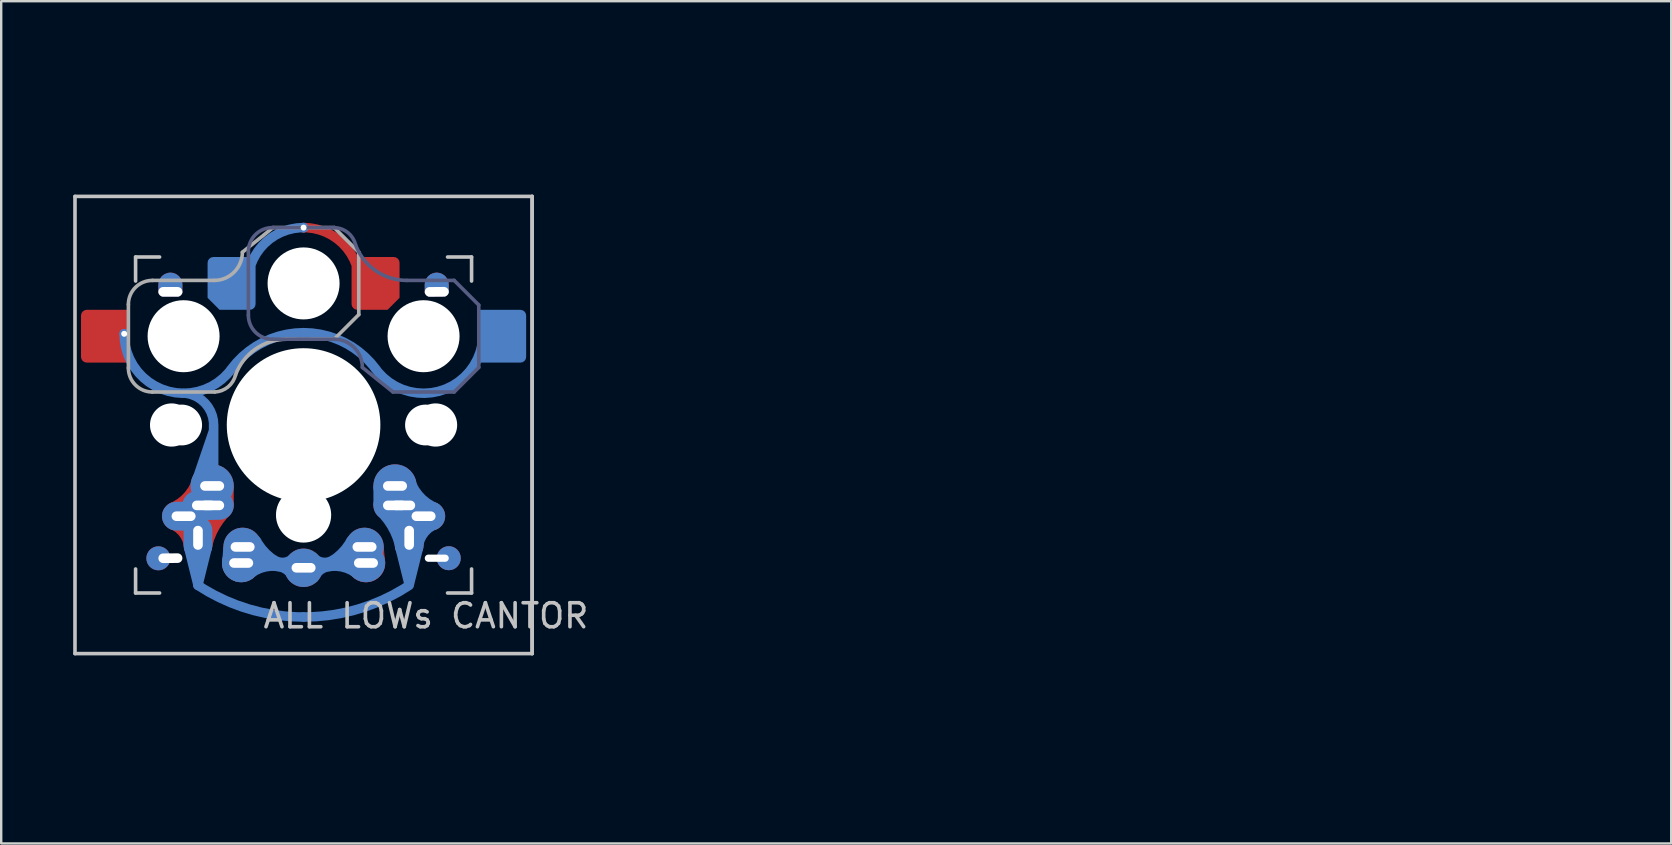
<source format=kicad_pcb>
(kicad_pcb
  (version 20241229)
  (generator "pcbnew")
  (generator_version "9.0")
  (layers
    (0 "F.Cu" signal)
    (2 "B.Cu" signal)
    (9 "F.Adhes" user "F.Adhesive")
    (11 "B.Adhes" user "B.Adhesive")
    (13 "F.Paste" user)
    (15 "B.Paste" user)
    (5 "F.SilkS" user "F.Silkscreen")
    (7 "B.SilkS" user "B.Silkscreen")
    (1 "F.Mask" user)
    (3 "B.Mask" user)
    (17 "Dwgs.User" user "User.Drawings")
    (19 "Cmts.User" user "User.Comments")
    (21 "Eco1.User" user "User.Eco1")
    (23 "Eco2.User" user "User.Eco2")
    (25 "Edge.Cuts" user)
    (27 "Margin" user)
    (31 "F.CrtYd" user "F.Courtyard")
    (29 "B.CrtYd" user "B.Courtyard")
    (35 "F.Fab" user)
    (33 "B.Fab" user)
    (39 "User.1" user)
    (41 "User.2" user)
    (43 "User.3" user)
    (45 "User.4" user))
  (footprint "ALL LOWs CANTOR"
    (layer "F.Cu")
    (at 9.6 14.66)
    (property "Reference" "ALL LOWs CANTOR" (at 5.1 7.95 180) (layer "Dwgs.User") (effects (font (size 1 1) (thickness 0.15))))
    (attr through_hole)
    (fp_line (start -4.015 5.105) (end -4.405 6.675) (stroke (width 0.4) (type solid)) (layer "B.Cu"))
    (fp_line (start -9.525 -9.525) (end 9.525 -9.525) (stroke (width 0.15) (type solid)) (layer "Dwgs.User"))
    (fp_line (start -9.525 9.525) (end -9.525 -9.525) (stroke (width 0.15) (type solid)) (layer "Dwgs.User"))
    (fp_line (start -7 -7) (end -6 -7) (stroke (width 0.15) (type solid)) (layer "Dwgs.User"))
    (fp_line (start -7 -6) (end -7 -7) (stroke (width 0.15) (type solid)) (layer "Dwgs.User"))
    (fp_line (start -7 7) (end -7 6) (stroke (width 0.15) (type solid)) (layer "Dwgs.User"))
    (fp_line (start -6 7) (end -7 7) (stroke (width 0.15) (type solid)) (layer "Dwgs.User"))
    (fp_line (start 6 7) (end 7 7) (stroke (width 0.15) (type solid)) (layer "Dwgs.User"))
    (fp_line (start 7 -7) (end 6 -7) (stroke (width 0.15) (type solid)) (layer "Dwgs.User"))
    (fp_line (start 7 -6) (end 7 -7) (stroke (width 0.15) (type solid)) (layer "Dwgs.User"))
    (fp_line (start 7 7) (end 7 6) (stroke (width 0.15) (type solid)) (layer "Dwgs.User"))
    (fp_line (start 9.525 -9.525) (end 9.525 9.525) (stroke (width 0.15) (type solid)) (layer "Dwgs.User"))
    (fp_line (start 9.525 -9.525) (end 9.525 9.525) (stroke (width 0.15) (type solid)) (layer "Dwgs.User"))
    (fp_line (start 9.525 9.525) (end -9.525 9.525) (stroke (width 0.15) (type solid)) (layer "Dwgs.User"))
    (fp_line (start -2.3 -4.575) (end -2.3 -7.225) (stroke (width 0.15) (type solid)) (layer "B.Fab"))
    (fp_line (start -1.3 -8.225) (end 1.3 -8.225) (stroke (width 0.15) (type solid)) (layer "B.Fab"))
    (fp_line (start -1.3 -3.575) (end 1.275 -3.575) (stroke (width 0.15) (type solid)) (layer "B.Fab"))
    (fp_line (start 3.725 -1.375) (end 2.45 -2.4) (stroke (width 0.15) (type solid)) (layer "B.Fab"))
    (fp_line (start 3.725 -1.375) (end 6.275 -1.375) (stroke (width 0.15) (type solid)) (layer "B.Fab"))
    (fp_line (start 4.3 -6.025) (end 6.275 -6.025) (stroke (width 0.15) (type solid)) (layer "B.Fab"))
    (fp_line (start 7.3 -5) (end 6.275 -6.025) (stroke (width 0.15) (type solid)) (layer "B.Fab"))
    (fp_line (start 7.3 -2.4) (end 6.275 -1.375) (stroke (width 0.15) (type solid)) (layer "B.Fab"))
    (fp_line (start 7.3 -2.4) (end 7.3 -5) (stroke (width 0.15) (type solid)) (layer "B.Fab"))
    (fp_arc (start -2.3 -7.225) (mid -2.007107 -7.932107) (end -1.3 -8.225) (stroke (width 0.15) (type solid)) (layer "B.Fab"))
    (fp_arc (start -1.3 -3.575) (mid -2.007107 -3.867893) (end -2.3 -4.575) (stroke (width 0.15) (type solid)) (layer "B.Fab"))
    (fp_arc (start 1.275 -3.575) (mid 2.10585 -3.23085) (end 2.45 -2.4) (stroke (width 0.15) (type solid)) (layer "B.Fab"))
    (fp_arc (start 1.300995 -8.223791) (mid 1.848286 -8.016021) (end 2.162199 -7.521904) (stroke (width 0.15) (type solid)) (layer "B.Fab"))
    (fp_arc (start 4.3 -6.025) (mid 2.995114 -6.436429) (end 2.162199 -7.521904) (stroke (width 0.15) (type solid)) (layer "B.Fab"))
    (fp_line (start -7.3 -5.025) (end -7.3 -2.375) (stroke (width 0.15) (type solid)) (layer "F.Fab"))
    (fp_line (start -6.3 -6.025) (end -3.725 -6.025) (stroke (width 0.15) (type solid)) (layer "F.Fab"))
    (fp_line (start -6.3 -1.375) (end -3.7 -1.375) (stroke (width 0.15) (type solid)) (layer "F.Fab"))
    (fp_line (start -1.275 -8.225) (end -2.55 -7.2) (stroke (width 0.15) (type solid)) (layer "F.Fab"))
    (fp_line (start -1.275 -8.225) (end 1.275 -8.225) (stroke (width 0.15) (type solid)) (layer "F.Fab"))
    (fp_line (start -0.7 -3.575) (end 1.275 -3.575) (stroke (width 0.15) (type solid)) (layer "F.Fab"))
    (fp_line (start 2.3 -7.2) (end 1.275 -8.225) (stroke (width 0.15) (type solid)) (layer "F.Fab"))
    (fp_line (start 2.3 -7.2) (end 2.3 -4.6) (stroke (width 0.15) (type solid)) (layer "F.Fab"))
    (fp_line (start 2.3 -4.6) (end 1.275 -3.575) (stroke (width 0.15) (type solid)) (layer "F.Fab"))
    (fp_arc (start -7.3 -5.025) (mid -7.007107 -5.732107) (end -6.3 -6.025) (stroke (width 0.15) (type solid)) (layer "F.Fab"))
    (fp_arc (start -6.3 -1.375) (mid -7.007107 -1.667893) (end -7.3 -2.375) (stroke (width 0.15) (type solid)) (layer "F.Fab"))
    (fp_arc (start -2.837801 -2.078096) (mid -3.151717 -1.583981) (end -3.699005 -1.376209) (stroke (width 0.15) (type solid)) (layer "F.Fab"))
    (fp_arc (start -2.837801 -2.078096) (mid -2.004887 -3.163571) (end -0.7 -3.575) (stroke (width 0.15) (type solid)) (layer "F.Fab"))
    (fp_arc (start -2.55 -7.2) (mid -2.89415 -6.36915) (end -3.725 -6.025) (stroke (width 0.15) (type solid)) (layer "F.Fab"))
    (fp_line (start -2.61 5.73) (end 2.54 11.43) (stroke (width 0.12) (type default)) (layer "User.1"))
    (fp_line (start 2.54 11.43) (end 4.4 4.73) (stroke (width 0.12) (type default)) (layer "User.1"))
    (fp_line (start -0.03 5.93) (end 11.43 0) (stroke (width 0.12) (type default)) (layer "User.2"))
    (fp_line (start 5.35 -11.66) (end 4.96 -5.13) (stroke (width 0.12) (type default)) (layer "User.2"))
    (fp_line (start 11.43 0) (end 5.15 3.9) (stroke (width 0.12) (type default)) (layer "User.2"))
    (fp_line (start 4.52 3.21) (end 11.11 -2.72) (stroke (width 0.12) (type default)) (layer "User.4"))
    (fp_line (start 11.11 -2.72) (end -0.13 5.88) (stroke (width 0.12) (type default)) (layer "User.4"))
    (fp_line (start 11.55 8.13) (end 0 5.93) (stroke (width 0.12) (type default)) (layer "User.6"))
    (fp_line (start 11.55 8.13) (end 3.48 3.24) (stroke (width 0.12) (type default)) (layer "User.6"))
    (fp_line (start 3.85 2.49) (end 10.8 3.76) (stroke (width 0.12) (type default)) (layer "User.9"))
    (fp_line (start 10.855 3.785) (end -2.51 5.05) (stroke (width 0.12) (type default)) (layer "User.9"))
    (fp_text user "GateronLowProfile (KS-27)" (at -5.08 12.7 0) (unlocked yes) (layer "User.1") (effects (font (size 1 1) (thickness 0.15)) (justify left bottom)))
    (fp_text user "4.4X, 4.7Y (90rot)  | -2.6X, 5.75Y" (at -5.23 14.19 0) (unlocked yes) (layer "User.1") (effects (font (size 1 1) (thickness 0.15)) (justify left bottom)))
    (fp_text user "Kailh Choc V1 (PG1350) & V2  (PG1353)" (at 11.46 0.43 0) (unlocked yes) (layer "User.2") (effects (font (size 1 1) (thickness 0.15)) (justify left bottom)))
    (fp_text user "Kailh Choc V2 Only" (at 4.92 -13.21 0) (unlocked yes) (layer "User.2") (effects (font (size 1 1) (thickness 0.15)) (justify left bottom)))
    (fp_text user "5X, -5.15Y (INCREASED TO 5.55/5.55 - Datasheet is wrong!!!)" (at 5.12 -11.83 0) (unlocked yes) (layer "User.2") (effects (font (size 1 1) (thickness 0.15)) (justify left bottom)))
    (fp_text user "Y3.8 X5 - Y5.9 X0" (at 11.56 1.96 0) (unlocked yes) (layer "User.2") (effects (font (size 1 1) (thickness 0.15)) (justify left bottom)))
    (fp_text user "& TTC Low Profile (KS32)" (at 11.24 -3.92 0) (unlocked yes) (layer "User.4") (effects (font (size 1 1) (thickness 0.15)) (justify left bottom)))
    (fp_text user "0X, -6Y, | 4.15X, -3.35Y" (at 11.18 -2.58 0) (unlocked yes) (layer "User.4") (effects (font (size 1 1) (thickness 0.15)) (justify left bottom)))
    (fp_text user "Cherry MX Low profile" (at 11.24 -5.46 0) (unlocked yes) (layer "User.4") (effects (font (size 1 1) (thickness 0.15)) (justify left bottom)))
    (fp_text user "RedDragon MX Low profile (No datasheet - best gues" (at 11.48 8.6 0) (unlocked yes) (layer "User.6") (effects (font (size 1 1) (thickness 0.15)) (justify left bottom)))
    (fp_text user "0X, -6Y | 3.81X, 3.35Y" (at 11.39 10.01 0) (unlocked yes) (layer "User.6") (effects (font (size 1 1) (thickness 0.15)) (justify left bottom)))
    (fp_text user "3.81X, 2.54Y | -2.54X, 5.08Y" (at 11.31 5.79 0) (unlocked yes) (layer "User.9") (effects (font (size 1 1) (thickness 0.15)) (justify left bottom)))
    (fp_text user "MX Origional (full size)" (at 11.15 4.16 0) (unlocked yes) (layer "User.9") (effects (font (size 1 1) (thickness 0.15)) (justify left bottom)))
    (pad "" np_thru_hole roundrect (at -5.55 -5.55) (size 1 1) (drill oval 1 0.4 (offset 0 -0.3)) (layers "*.Cu" "F.Mask") (roundrect_rratio 0.5) (chamfer_ratio 0.15) (chamfer bottom_left bottom_right))
    (pad "" np_thru_hole oval (at -5.55 5.55 0.5) (size 1 1) (drill oval 1 0.4 (offset -0.5 0)) (layers "*.Cu" "B.Mask"))
    (pad "" np_thru_hole circle (at -5.5 0 90) (size 1.8 1.8) (drill 1.8) (layers "*.Cu" "*.Mask"))
    (pad "" np_thru_hole circle (at -5.08 0) (size 1.7 1.7) (drill 1.7) (layers "*.Cu" "*.Mask"))
    (pad "" np_thru_hole circle (at -5 -3.7 90) (size 3 3) (drill 3) (layers "*.Cu" "*.Mask"))
    (pad "" np_thru_hole circle (at 0 -5.9 270) (size 3 3) (drill 3) (layers "*.Cu" "*.Mask"))
    (pad "" np_thru_hole circle (at 0 0 270) (size 4.8 4.8) (drill 4.8) (layers "*.Cu" "*.Mask"))
    (pad "" np_thru_hole circle (at 0 0 90) (size 6.4 6.4) (drill 6.4) (layers "*.Cu" "*.Mask"))
    (pad "" np_thru_hole circle (at 0 3.75 270) (size 2.3 2.3) (drill 2.3) (layers "*.Cu" "*.Mask"))
    (pad "" np_thru_hole circle (at 5 -3.7 270) (size 3 3) (drill 3) (layers "*.Cu" "*.Mask"))
    (pad "" np_thru_hole circle (at 5.08 0) (size 1.7 1.7) (drill 1.7) (layers "*.Cu" "*.Mask"))
    (pad "" np_thru_hole circle (at 5.5 0 90) (size 1.8 1.8) (drill 1.8) (layers "*.Cu" "*.Mask"))
    (pad "" np_thru_hole roundrect (at 5.55 -5.55 0.5) (size 1 1) (drill oval 1 0.4 (offset 0 -0.3)) (layers "*.Cu" "B.Mask") (roundrect_rratio 0.5) (chamfer_ratio 0.15) (chamfer bottom_left bottom_right))
    (pad "" np_thru_hole oval (at 5.55 5.55) (size 1 1) (drill oval 1 0.3 (offset 0.5 0)) (layers "*.Cu" "F.Mask"))
    (pad "1" smd roundrect (at -8.275 -3.7) (size 2 2.2) (layers "F.Cu" "F.Mask" "F.Paste") (roundrect_rratio 0.12) (chamfer_ratio 0) (chamfer top_right bottom_right))
    (pad "1" thru_hole circle (at -7.475 -3.8) (size 0.4 0.4) (drill 0.25) (layers "*.Cu"))
    (pad "1" smd custom (at -7.475 -3.8) (size 0.4 0.4) (layers "B.Cu") (options (anchor circle)) (primitives (gr_arc (start 4.464509 1.472236) (mid 1.69989 2.350496) (end 0 0) (width 0.4)) (gr_arc (start 2.465 2.470001) (mid 3.364573 2.886914) (end 3.726803 3.809865) (width 0.4)) (gr_line (start 3.725 4.04) (end 2.985 6.21) (width 0.4)) (gr_line (start 2.985 6.21) (end 3.635 5.22) (width 0.4)) (gr_line (start 3.727 3.81) (end 3.727 6.33) (width 0.4)) (gr_arc (start 4.46451 1.472236) (mid 5.789366 0.355658) (end 7.475 -0.045128) (width 0.4))))
    (pad "1" thru_hole oval (at -5 3.8) (size 1.8 1.2) (drill oval 1 0.4) (layers "*.Cu" "F.Mask"))
    (pad "1" thru_hole oval (at -4.4 4.7 90) (size 1.8 1.2) (drill oval 1 0.4) (layers "*.Cu" "F.Mask"))
    (pad "1" thru_hole oval (at -4.15 3.35 180) (size 1.8 1.2) (drill oval 1 0.4) (layers "*.Cu" "F.Mask"))
    (pad "1" smd custom (at -3.81 2.54) (size 1 1) (layers "F.Cu" "F.Mask") (options (anchor circle)) (primitives (gr_arc (start -0.48 -0.08) (mid -0.91576 0.607412) (end -1.582624 1.074009) (width 0.8)) (gr_arc (start -1.554274 1.43912) (mid -1.016846 1.886054) (end -0.77 2.54) (width 0.8)) (gr_arc (start -0.408314 2.525508) (mid -0.099385 1.683728) (end 0.43 0.96) (width 0.8)) (gr_poly (pts (xy 0.9 0) (xy 0.9 0.81) (xy 0.01 1.86) (xy 0.01 2.46) (xy -0.59 3.06) (xy -1.19 1.86) (xy -1.49 1.86) (xy -2.09 1.26) (xy -1.49 0.66) (xy -1.19 0.66) (xy -0.9 0) (xy -0.3 -0.6) (xy 0.3 -0.6)) (width 0) (fill yes))))
    (pad "1" thru_hole circle (at -3.81 2.54 180) (size 1.8 1.8) (drill oval 1 0.4) (layers "*.Cu" "F.Mask"))
    (pad "1" thru_hole oval (at -3.81 3.35) (size 1.8 1.2) (drill oval 1 0.4) (layers "*.Cu" "F.Mask"))
    (pad "1" smd custom (at 0 8) (size 0.4 0.4) (layers "B.Cu") (options (anchor circle)) (primitives (gr_arc (start 4.397121 -1.316788) (mid 2.295027 -0.336264) (end 0 0) (width 0.4)) (gr_line (start 4.015 -2.905) (end 4.405 -1.335) (width 0.4)) (gr_line (start 4.4 -1.32) (end 4.4 -3.3) (width 0.4)) (gr_line (start 4.785 -2.885) (end 4.395 -1.315) (width 0.4))))
    (pad "1" smd custom (at 0 8) (size 0.4 0.4) (layers "B.Cu") (options (anchor circle)) (primitives (gr_arc (start 0 0) (mid -2.295027 -0.336264) (end -4.397121 -1.316788) (width 0.4)) (gr_line (start -4.395 -1.315) (end -4.785 -2.885) (width 0.4)) (gr_line (start -4.4 -3.3) (end -4.4 -1.32) (width 0.4))))
    (pad "1" smd custom (at 3.81 2.54) (size 1 1) (layers "B.Cu" "B.Mask") (options (anchor circle)) (primitives (gr_arc (start 1.582624 1.074009) (mid 0.91576 0.607411) (end 0.479999 -0.08) (width 0.8)) (gr_arc (start 0.77 2.54) (mid 1.016846 1.886054) (end 1.554275 1.439122) (width 0.8)) (gr_arc (start -0.43 0.96) (mid 0.099385 1.683728) (end 0.408314 2.525508) (width 0.8)) (gr_poly (pts (xy -0.9 0) (xy -0.9 0.81) (xy -0.01 1.86) (xy -0.01 2.46) (xy 0.59 3.06) (xy 1.19 1.86) (xy 1.49 1.86) (xy 2.09 1.26) (xy 1.49 0.66) (xy 1.19 0.66) (xy 0.9 0) (xy 0.3 -0.6) (xy -0.3 -0.6)) (width 0) (fill yes))))
    (pad "1" thru_hole circle (at 3.81 2.54 180) (size 1.8 1.8) (drill oval 1 0.4) (layers "*.Cu" "B.Mask"))
    (pad "1" thru_hole oval (at 3.81 3.35) (size 1.8 1.2) (drill oval 1 0.4) (layers "*.Cu" "B.Mask"))
    (pad "1" thru_hole oval (at 4.15 3.35 180) (size 1.8 1.2) (drill oval 1 0.4) (layers "*.Cu" "B.Mask"))
    (pad "1" thru_hole oval (at 4.4 4.7 90) (size 1.8 1.2) (drill oval 1 0.4) (layers "*.Cu" "B.Mask"))
    (pad "1" thru_hole oval (at 5 3.8) (size 1.8 1.2) (drill oval 1 0.4) (layers "*.Cu" "B.Mask"))
    (pad "1" smd custom (at 7.475 -3.8) (size 0.4 0.4) (layers "B.Cu") (options (anchor circle)) (primitives (gr_arc (start 0 0) (mid -1.69989 2.350497) (end -4.464509 1.472236) (width 0.4)) (gr_arc (start -7.475 -0.045128) (mid -5.789366 0.355658) (end -4.46451 1.472236) (width 0.4))))
    (pad "1" smd roundrect (at 8.275 -3.7) (size 2 2.2) (layers "B.Cu" "B.Mask" "B.Paste") (roundrect_rratio 0.12) (chamfer_ratio 0) (chamfer top_left bottom_left))
    (pad "2" smd roundrect (at -3 -5.9) (size 2 2.2) (layers "B.Cu" "B.Mask" "B.Paste") (roundrect_rratio 0.12) (chamfer_ratio 0.25) (chamfer bottom_left))
    (pad "2" thru_hole circle (at -2.6 5.75 180) (size 1.6 1.6) (drill oval 1 0.4) (layers "*.Cu" "B.Mask"))
    (pad "2" smd custom (at -2.6 5.75) (size 1.6 1.6) (layers "B.Cu" "B.Mask") (options (anchor circle)) (primitives (gr_poly (pts (xy 0.8 0) (xy 0.86 -0.67) (xy -0.74 -0.67) (xy -0.8 0)) (width 0) (fill yes))))
    (pad "2" thru_hole circle (at -2.54 5.08 180) (size 1.6 1.6) (drill oval 1 0.4) (layers "*.Cu" "B.Mask"))
    (pad "2" smd custom (at -1.814 5.623) (size 0.923 0.923) (layers "B.Cu") (options (anchor circle)) (primitives (gr_arc (start -0.473211 0.576101) (mid 0.227284 0.238729) (end 1.00365 0.28077) (width 0.5)) (gr_arc (start 0.736639 0.218731) (mid 1.145583 0.377102) (end 1.427284 0.713199) (width 0.5)) (gr_arc (start 3.827283 -0.771269) (mid 2.9903 0.09701) (end 1.828353 0.420013) (width 0.5)) (gr_arc (start 4.334568 -0.23) (mid 3.106557 0.187368) (end 1.817284 0.328731) (width 0.5)) (gr_arc (start 3.091992 0.025426) (mid 2.624077 0.148733) (end 2.193072 -0.071225) (width 0.5)) (gr_arc (start 2.207284 0.713199) (mid 2.488987 0.377105) (end 2.897929 0.218731) (width 0.5)) (gr_arc (start 2.630918 0.28077) (mid 3.407284 0.238732) (end 4.107779 0.576101) (width 0.5)) (gr_arc (start 1.441496 -0.071225) (mid 1.01049 0.148728) (end 0.542576 0.025426) (width 0.5)) (gr_arc (start 1.806215 0.420013) (mid 0.644266 0.097013) (end -0.192715 -0.771269) (width 0.5)) (gr_arc (start 1.817284 0.328731) (mid 0.528011 0.18737) (end -0.7 -0.23) (width 0.5))))
    (pad "2" thru_hole circle (at -0.000002 -8.225) (size 0.4 0.4) (drill 0.25) (layers "*.Cu"))
    (pad "2" smd custom (at 0 -8.225) (size 0.4 0.4) (layers "F.Cu") (options (anchor circle)) (primitives (gr_arc (start 0 0) (mid 1.300418 0.397687) (end 2.155967 1.4547) (width 0.4))))
    (pad "2" smd custom (at 0 -8.225) (size 0.4 0.4) (layers "B.Cu") (options (anchor circle)) (primitives (gr_arc (start -2.155967 1.4547) (mid -1.300418 0.397687) (end 0 0) (width 0.4))))
    (pad "2" thru_hole circle (at 0 5.95) (size 1.6 1.6) (drill oval 1 0.4) (layers "*.Cu" "*.Mask"))
    (pad "2" thru_hole circle (at 2.54 5.08 180) (size 1.6 1.6) (drill oval 1 0.4) (layers "*.Cu" "F.Mask"))
    (pad "2" thru_hole circle (at 2.6 5.75 180) (size 1.6 1.6) (drill oval 1 0.4) (layers "*.Cu" "F.Mask"))
    (pad "2" smd custom (at 2.6 5.75) (size 1.6 1.6) (layers "F.Cu" "F.Mask") (options (anchor circle)) (primitives (gr_poly (pts (xy -0.8 0) (xy -0.86 -0.67) (xy 0.74 -0.67) (xy 0.8 0)) (width 0) (fill yes))))
    (pad "2" smd roundrect (at 3 -5.9) (size 2 2.2) (layers "F.Cu" "F.Mask" "F.Paste") (roundrect_rratio 0.12) (chamfer_ratio 0.25) (chamfer bottom_right)))
  (gr_rect
    (start -3 -3)
    (end 66.589 32.096)
    (stroke (width 0.1) (type default))
    (fill no)
    (layer "Edge.Cuts")))
</source>
